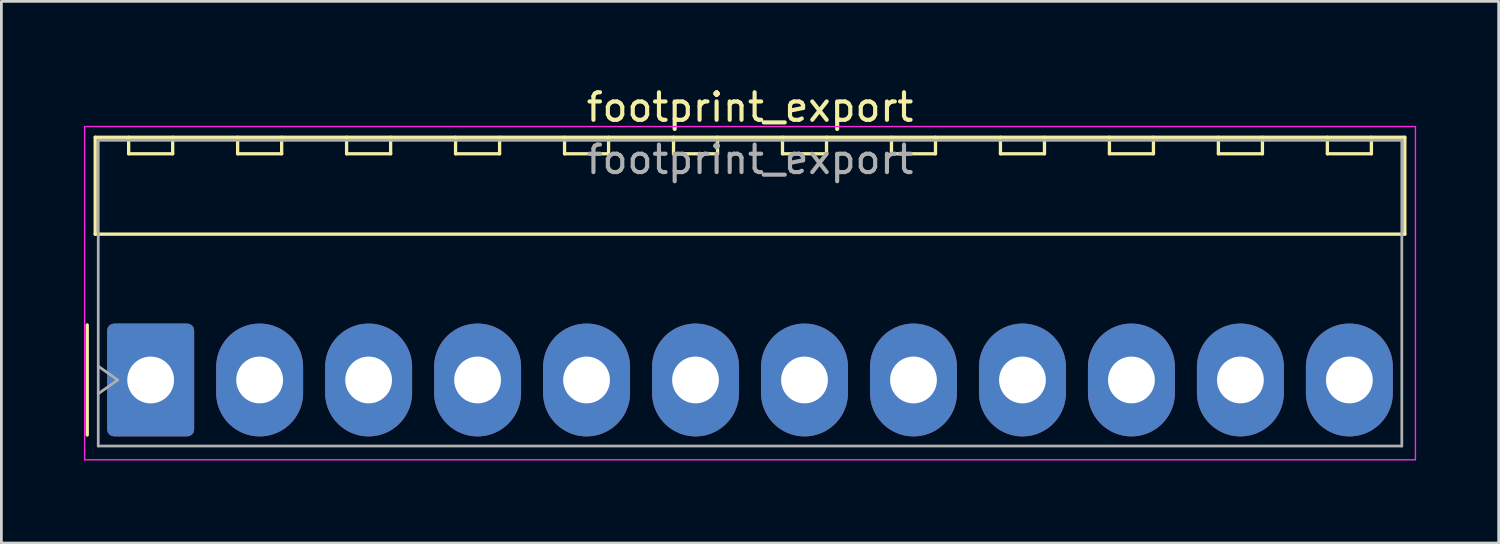
<source format=kicad_pcb>
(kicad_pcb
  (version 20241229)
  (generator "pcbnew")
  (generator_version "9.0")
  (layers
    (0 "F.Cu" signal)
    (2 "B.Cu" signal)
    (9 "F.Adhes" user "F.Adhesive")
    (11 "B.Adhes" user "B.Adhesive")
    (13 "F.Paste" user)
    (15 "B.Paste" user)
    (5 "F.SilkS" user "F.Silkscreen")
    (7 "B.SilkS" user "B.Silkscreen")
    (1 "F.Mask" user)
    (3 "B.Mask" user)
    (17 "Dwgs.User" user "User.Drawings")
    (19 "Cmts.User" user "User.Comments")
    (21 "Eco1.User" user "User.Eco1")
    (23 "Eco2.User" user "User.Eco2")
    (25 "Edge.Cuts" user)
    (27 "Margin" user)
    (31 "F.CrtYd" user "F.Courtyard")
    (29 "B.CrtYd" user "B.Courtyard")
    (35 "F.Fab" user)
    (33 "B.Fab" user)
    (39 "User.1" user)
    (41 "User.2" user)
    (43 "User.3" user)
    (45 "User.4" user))
  (footprint "footprint_export"
    (layer "F.Cu")
    (at 2.425 10.758)
    (property "Reference" "footprint_export" (at 21.78 -9.91 0) (layer "F.SilkS") (effects (font (size 1 1) (thickness 0.15))))
    (attr through_hole)
    (fp_line (start -2.305 -2) (end -2.305 2) (stroke (width 0.12) (type solid)) (layer "F.SilkS"))
    (fp_line (start -2.015 -8.82) (end 45.575 -8.82) (stroke (width 0.12) (type solid)) (layer "F.SilkS"))
    (fp_line (start -2.015 -5.3) (end -2.015 -8.82) (stroke (width 0.12) (type solid)) (layer "F.SilkS"))
    (fp_line (start -0.8 -8.82) (end -0.8 -8.22) (stroke (width 0.12) (type solid)) (layer "F.SilkS"))
    (fp_line (start -0.8 -8.22) (end 0.8 -8.22) (stroke (width 0.12) (type solid)) (layer "F.SilkS"))
    (fp_line (start 0.8 -8.22) (end 0.8 -8.82) (stroke (width 0.12) (type solid)) (layer "F.SilkS"))
    (fp_line (start 3.16 -8.82) (end 3.16 -8.22) (stroke (width 0.12) (type solid)) (layer "F.SilkS"))
    (fp_line (start 3.16 -8.22) (end 4.76 -8.22) (stroke (width 0.12) (type solid)) (layer "F.SilkS"))
    (fp_line (start 4.76 -8.22) (end 4.76 -8.82) (stroke (width 0.12) (type solid)) (layer "F.SilkS"))
    (fp_line (start 7.12 -8.82) (end 7.12 -8.22) (stroke (width 0.12) (type solid)) (layer "F.SilkS"))
    (fp_line (start 7.12 -8.22) (end 8.72 -8.22) (stroke (width 0.12) (type solid)) (layer "F.SilkS"))
    (fp_line (start 8.72 -8.22) (end 8.72 -8.82) (stroke (width 0.12) (type solid)) (layer "F.SilkS"))
    (fp_line (start 11.08 -8.82) (end 11.08 -8.22) (stroke (width 0.12) (type solid)) (layer "F.SilkS"))
    (fp_line (start 11.08 -8.22) (end 12.68 -8.22) (stroke (width 0.12) (type solid)) (layer "F.SilkS"))
    (fp_line (start 12.68 -8.22) (end 12.68 -8.82) (stroke (width 0.12) (type solid)) (layer "F.SilkS"))
    (fp_line (start 15.04 -8.82) (end 15.04 -8.22) (stroke (width 0.12) (type solid)) (layer "F.SilkS"))
    (fp_line (start 15.04 -8.22) (end 16.64 -8.22) (stroke (width 0.12) (type solid)) (layer "F.SilkS"))
    (fp_line (start 16.64 -8.22) (end 16.64 -8.82) (stroke (width 0.12) (type solid)) (layer "F.SilkS"))
    (fp_line (start 19 -8.82) (end 19 -8.22) (stroke (width 0.12) (type solid)) (layer "F.SilkS"))
    (fp_line (start 19 -8.22) (end 20.6 -8.22) (stroke (width 0.12) (type solid)) (layer "F.SilkS"))
    (fp_line (start 20.6 -8.22) (end 20.6 -8.82) (stroke (width 0.12) (type solid)) (layer "F.SilkS"))
    (fp_line (start 22.96 -8.82) (end 22.96 -8.22) (stroke (width 0.12) (type solid)) (layer "F.SilkS"))
    (fp_line (start 22.96 -8.22) (end 24.56 -8.22) (stroke (width 0.12) (type solid)) (layer "F.SilkS"))
    (fp_line (start 24.56 -8.22) (end 24.56 -8.82) (stroke (width 0.12) (type solid)) (layer "F.SilkS"))
    (fp_line (start 26.92 -8.82) (end 26.92 -8.22) (stroke (width 0.12) (type solid)) (layer "F.SilkS"))
    (fp_line (start 26.92 -8.22) (end 28.52 -8.22) (stroke (width 0.12) (type solid)) (layer "F.SilkS"))
    (fp_line (start 28.52 -8.22) (end 28.52 -8.82) (stroke (width 0.12) (type solid)) (layer "F.SilkS"))
    (fp_line (start 30.88 -8.82) (end 30.88 -8.22) (stroke (width 0.12) (type solid)) (layer "F.SilkS"))
    (fp_line (start 30.88 -8.22) (end 32.48 -8.22) (stroke (width 0.12) (type solid)) (layer "F.SilkS"))
    (fp_line (start 32.48 -8.22) (end 32.48 -8.82) (stroke (width 0.12) (type solid)) (layer "F.SilkS"))
    (fp_line (start 34.84 -8.82) (end 34.84 -8.22) (stroke (width 0.12) (type solid)) (layer "F.SilkS"))
    (fp_line (start 34.84 -8.22) (end 36.44 -8.22) (stroke (width 0.12) (type solid)) (layer "F.SilkS"))
    (fp_line (start 36.44 -8.22) (end 36.44 -8.82) (stroke (width 0.12) (type solid)) (layer "F.SilkS"))
    (fp_line (start 38.8 -8.82) (end 38.8 -8.22) (stroke (width 0.12) (type solid)) (layer "F.SilkS"))
    (fp_line (start 38.8 -8.22) (end 40.4 -8.22) (stroke (width 0.12) (type solid)) (layer "F.SilkS"))
    (fp_line (start 40.4 -8.22) (end 40.4 -8.82) (stroke (width 0.12) (type solid)) (layer "F.SilkS"))
    (fp_line (start 42.76 -8.82) (end 42.76 -8.22) (stroke (width 0.12) (type solid)) (layer "F.SilkS"))
    (fp_line (start 42.76 -8.22) (end 44.36 -8.22) (stroke (width 0.12) (type solid)) (layer "F.SilkS"))
    (fp_line (start 44.36 -8.22) (end 44.36 -8.82) (stroke (width 0.12) (type solid)) (layer "F.SilkS"))
    (fp_line (start 45.575 -8.82) (end 45.575 -5.3) (stroke (width 0.12) (type solid)) (layer "F.SilkS"))
    (fp_line (start 45.575 -5.3) (end -2.015 -5.3) (stroke (width 0.12) (type solid)) (layer "F.SilkS"))
    (fp_line (start -2.4 -9.21) (end -2.4 2.9) (stroke (width 0.05) (type solid)) (layer "F.CrtYd"))
    (fp_line (start -2.4 2.9) (end 45.96 2.9) (stroke (width 0.05) (type solid)) (layer "F.CrtYd"))
    (fp_line (start 45.96 -9.21) (end -2.4 -9.21) (stroke (width 0.05) (type solid)) (layer "F.CrtYd"))
    (fp_line (start 45.96 2.9) (end 45.96 -9.21) (stroke (width 0.05) (type solid)) (layer "F.CrtYd"))
    (fp_line (start -1.905 -8.71) (end 45.465 -8.71) (stroke (width 0.1) (type solid)) (layer "F.Fab"))
    (fp_line (start -1.905 -0.5) (end -1.198 0) (stroke (width 0.1) (type solid)) (layer "F.Fab"))
    (fp_line (start -1.905 2.4) (end -1.905 -8.71) (stroke (width 0.1) (type solid)) (layer "F.Fab"))
    (fp_line (start -1.198 0) (end -1.905 0.5) (stroke (width 0.1) (type solid)) (layer "F.Fab"))
    (fp_line (start 45.465 -8.71) (end 45.465 2.4) (stroke (width 0.1) (type solid)) (layer "F.Fab"))
    (fp_line (start 45.465 2.4) (end -1.905 2.4) (stroke (width 0.1) (type solid)) (layer "F.Fab"))
    (fp_text user "${REFERENCE}" (at 21.78 -8.01 0) (layer "F.Fab") (effects (font (size 1 1) (thickness 0.15))))
    (pad "1" thru_hole roundrect (at 0 0) (size 3.16 4.1) (drill 1.7) (layers "*.Cu" "*.Mask") (roundrect_rratio 0.079))
    (pad "2" thru_hole oval (at 3.96 0) (size 3.16 4.1) (drill 1.7) (layers "*.Cu" "*.Mask"))
    (pad "3" thru_hole oval (at 7.92 0) (size 3.16 4.1) (drill 1.7) (layers "*.Cu" "*.Mask"))
    (pad "4" thru_hole oval (at 11.88 0) (size 3.16 4.1) (drill 1.7) (layers "*.Cu" "*.Mask"))
    (pad "5" thru_hole oval (at 15.84 0) (size 3.16 4.1) (drill 1.7) (layers "*.Cu" "*.Mask"))
    (pad "6" thru_hole oval (at 19.8 0) (size 3.16 4.1) (drill 1.7) (layers "*.Cu" "*.Mask"))
    (pad "7" thru_hole oval (at 23.76 0) (size 3.16 4.1) (drill 1.7) (layers "*.Cu" "*.Mask"))
    (pad "8" thru_hole oval (at 27.72 0) (size 3.16 4.1) (drill 1.7) (layers "*.Cu" "*.Mask"))
    (pad "9" thru_hole oval (at 31.68 0) (size 3.16 4.1) (drill 1.7) (layers "*.Cu" "*.Mask"))
    (pad "10" thru_hole oval (at 35.64 0) (size 3.16 4.1) (drill 1.7) (layers "*.Cu" "*.Mask"))
    (pad "11" thru_hole oval (at 39.6 0) (size 3.16 4.1) (drill 1.7) (layers "*.Cu" "*.Mask"))
    (pad "12" thru_hole oval (at 43.56 0) (size 3.16 4.1) (drill 1.7) (layers "*.Cu" "*.Mask")))
  (gr_rect
    (start -3 -3)
    (end 51.41 16.683)
    (stroke (width 0.1) (type default))
    (fill no)
    (layer "Edge.Cuts")))
</source>
